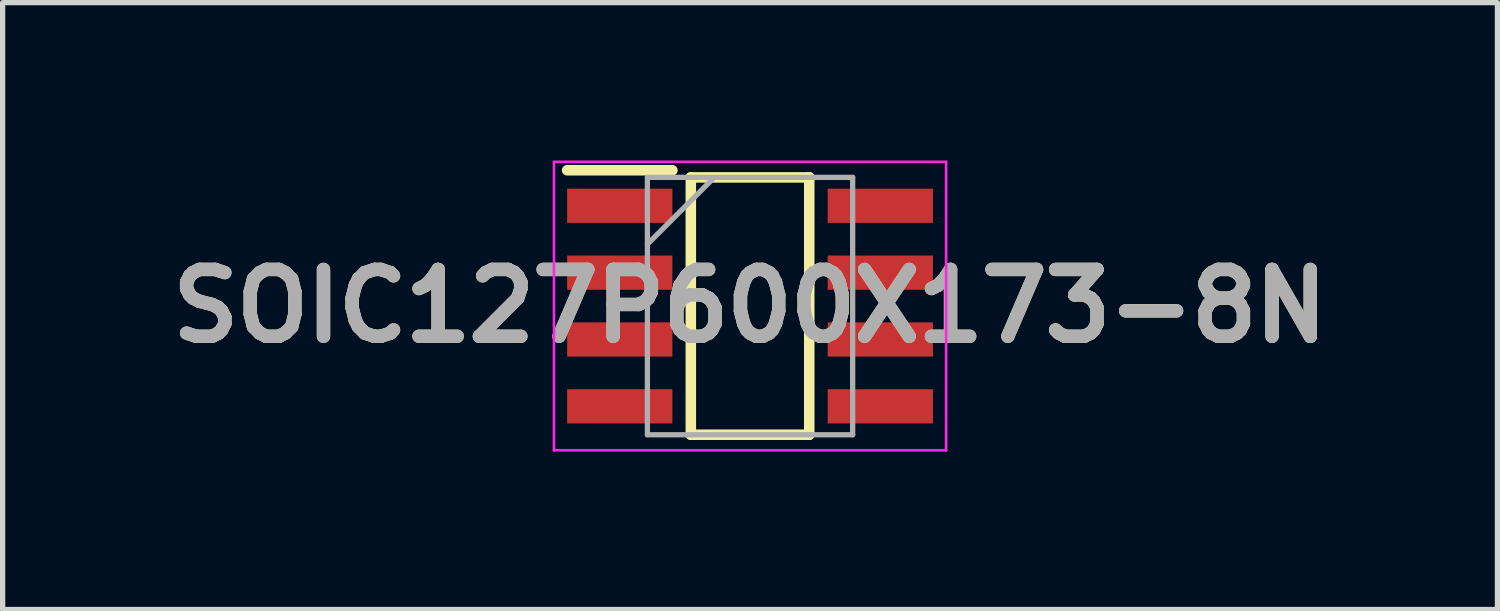
<source format=kicad_pcb>
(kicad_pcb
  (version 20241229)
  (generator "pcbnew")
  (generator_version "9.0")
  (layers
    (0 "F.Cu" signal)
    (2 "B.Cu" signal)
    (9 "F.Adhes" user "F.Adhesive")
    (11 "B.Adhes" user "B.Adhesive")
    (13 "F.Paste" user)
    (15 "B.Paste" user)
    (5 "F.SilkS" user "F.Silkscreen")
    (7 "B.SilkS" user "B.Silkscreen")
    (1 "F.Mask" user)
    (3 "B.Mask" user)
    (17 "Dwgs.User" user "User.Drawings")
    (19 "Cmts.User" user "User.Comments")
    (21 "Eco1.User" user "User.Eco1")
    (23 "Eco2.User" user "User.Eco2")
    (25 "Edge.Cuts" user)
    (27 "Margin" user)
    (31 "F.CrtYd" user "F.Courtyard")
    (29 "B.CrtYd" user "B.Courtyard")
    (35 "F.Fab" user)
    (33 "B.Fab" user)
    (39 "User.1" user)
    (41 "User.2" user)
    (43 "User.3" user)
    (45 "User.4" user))
  (footprint "SOIC127P600X173-8N"
    (layer "F.Cu")
    (at 11.2 2.765)
    (property "Reference" "SOIC127P600X173-8N" (at 0 0 0) (layer "F.SilkS") (effects (font (size 1.27 1.27) (thickness 0.254))))
    (attr smd)
    (fp_line (start -3.475 -2.58) (end -1.475 -2.58) (stroke (width 0.2) (type solid)) (layer "F.SilkS"))
    (fp_line (start -1.125 -2.445) (end 1.125 -2.445) (stroke (width 0.2) (type solid)) (layer "F.SilkS"))
    (fp_line (start -1.125 2.445) (end -1.125 -2.445) (stroke (width 0.2) (type solid)) (layer "F.SilkS"))
    (fp_line (start 1.125 -2.445) (end 1.125 2.445) (stroke (width 0.2) (type solid)) (layer "F.SilkS"))
    (fp_line (start 1.125 2.445) (end -1.125 2.445) (stroke (width 0.2) (type solid)) (layer "F.SilkS"))
    (fp_line (start -3.725 -2.74) (end 3.725 -2.74) (stroke (width 0.05) (type solid)) (layer "F.CrtYd"))
    (fp_line (start -3.725 2.74) (end -3.725 -2.74) (stroke (width 0.05) (type solid)) (layer "F.CrtYd"))
    (fp_line (start 3.725 -2.74) (end 3.725 2.74) (stroke (width 0.05) (type solid)) (layer "F.CrtYd"))
    (fp_line (start 3.725 2.74) (end -3.725 2.74) (stroke (width 0.05) (type solid)) (layer "F.CrtYd"))
    (fp_line (start -1.95 -2.445) (end 1.95 -2.445) (stroke (width 0.1) (type solid)) (layer "F.Fab"))
    (fp_line (start -1.95 -1.175) (end -0.68 -2.445) (stroke (width 0.1) (type solid)) (layer "F.Fab"))
    (fp_line (start -1.95 2.445) (end -1.95 -2.445) (stroke (width 0.1) (type solid)) (layer "F.Fab"))
    (fp_line (start 1.95 -2.445) (end 1.95 2.445) (stroke (width 0.1) (type solid)) (layer "F.Fab"))
    (fp_line (start 1.95 2.445) (end -1.95 2.445) (stroke (width 0.1) (type solid)) (layer "F.Fab"))
    (fp_text user "${REFERENCE}" (at 0 0 0) (layer "F.Fab") (effects (font (size 1.27 1.27) (thickness 0.254))))
    (pad "1" smd rect (at -2.475 -1.905 90) (size 0.65 2) (layers "F.Cu" "F.Mask" "F.Paste"))
    (pad "2" smd rect (at -2.475 -0.635 90) (size 0.65 2) (layers "F.Cu" "F.Mask" "F.Paste"))
    (pad "3" smd rect (at -2.475 0.635 90) (size 0.65 2) (layers "F.Cu" "F.Mask" "F.Paste"))
    (pad "4" smd rect (at -2.475 1.905 90) (size 0.65 2) (layers "F.Cu" "F.Mask" "F.Paste"))
    (pad "5" smd rect (at 2.475 1.905 90) (size 0.65 2) (layers "F.Cu" "F.Mask" "F.Paste"))
    (pad "6" smd rect (at 2.475 0.635 90) (size 0.65 2) (layers "F.Cu" "F.Mask" "F.Paste"))
    (pad "7" smd rect (at 2.475 -0.635 90) (size 0.65 2) (layers "F.Cu" "F.Mask" "F.Paste"))
    (pad "8" smd rect (at 2.475 -1.905 90) (size 0.65 2) (layers "F.Cu" "F.Mask" "F.Paste")))
  (gr_rect
    (start -3 -3)
    (end 25.4 8.53)
    (stroke (width 0.1) (type default))
    (fill no)
    (layer "Edge.Cuts")))
</source>
